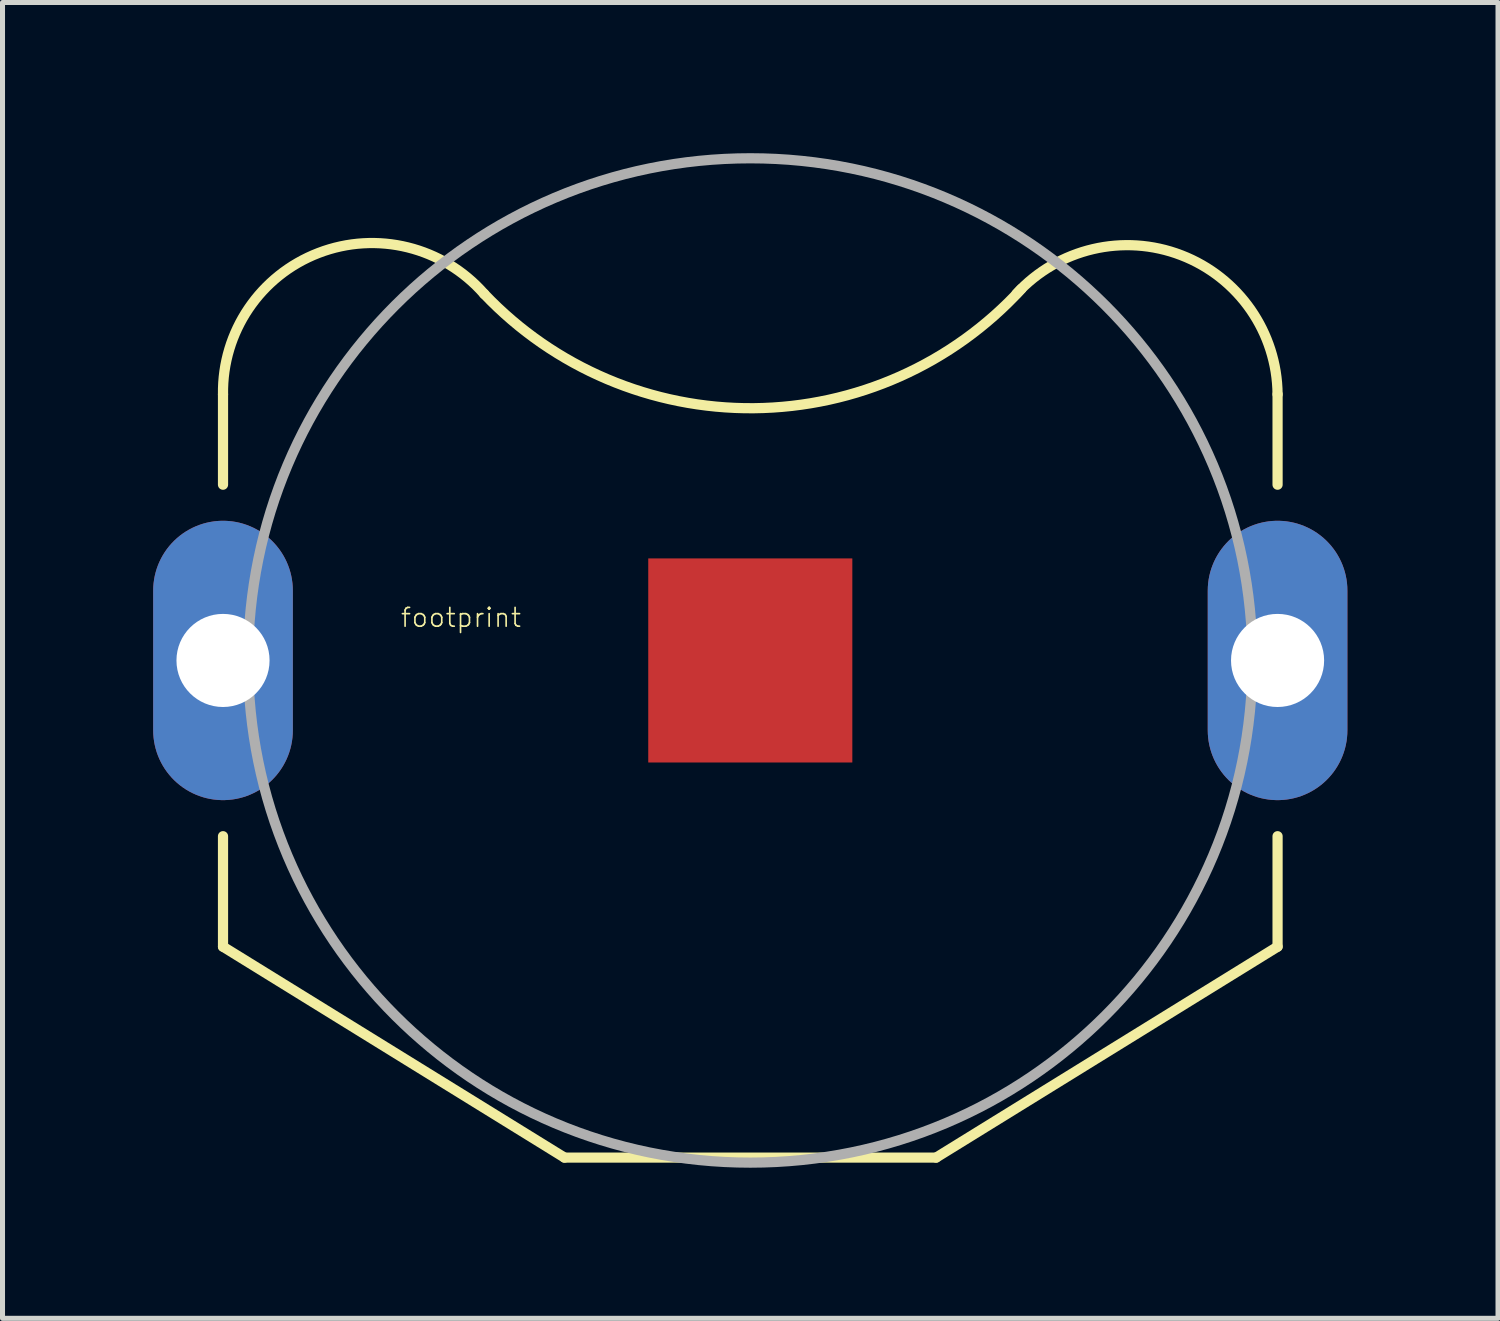
<source format=kicad_pcb>
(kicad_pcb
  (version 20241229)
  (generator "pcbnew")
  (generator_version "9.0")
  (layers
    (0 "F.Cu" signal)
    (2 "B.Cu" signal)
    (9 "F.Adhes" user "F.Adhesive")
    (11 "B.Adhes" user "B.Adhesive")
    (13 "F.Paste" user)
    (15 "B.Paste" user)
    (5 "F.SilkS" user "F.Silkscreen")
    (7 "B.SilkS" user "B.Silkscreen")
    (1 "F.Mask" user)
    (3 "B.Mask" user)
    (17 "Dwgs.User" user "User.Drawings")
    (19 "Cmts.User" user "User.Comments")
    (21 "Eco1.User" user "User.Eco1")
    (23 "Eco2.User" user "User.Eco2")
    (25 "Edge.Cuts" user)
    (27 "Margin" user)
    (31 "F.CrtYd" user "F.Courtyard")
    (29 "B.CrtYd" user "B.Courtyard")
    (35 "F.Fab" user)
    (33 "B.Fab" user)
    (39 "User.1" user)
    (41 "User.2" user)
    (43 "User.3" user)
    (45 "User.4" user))
  (footprint "footprint"
    (layer "F.Cu")
    (at 11.891 10.102)
    (property "Reference" "footprint" (at -6.985 -0.635 0) (layer "F.SilkS") (effects (font (size 0.374 0.374) (thickness 0.033)) (justify left bottom)))
    (fp_line (start -10.5 -5.3) (end -10.5 -3.5) (stroke (width 0.203) (type solid)) (layer "F.SilkS"))
    (fp_line (start -10.5 5.7) (end -10.5 3.5) (stroke (width 0.203) (type solid)) (layer "F.SilkS"))
    (fp_line (start -3.7 9.9) (end -10.5 5.7) (stroke (width 0.203) (type solid)) (layer "F.SilkS"))
    (fp_line (start -3.7 9.9) (end 3.7 9.9) (stroke (width 0.203) (type solid)) (layer "F.SilkS"))
    (fp_line (start 3.7 9.9) (end 10.5 5.7) (stroke (width 0.203) (type solid)) (layer "F.SilkS"))
    (fp_line (start 10.5 -5.3) (end 10.5 -3.5) (stroke (width 0.203) (type solid)) (layer "F.SilkS"))
    (fp_line (start 10.5 5.7) (end 10.5 3.5) (stroke (width 0.203) (type solid)) (layer "F.SilkS"))
    (fp_arc (start -10.500001 -5.299998) (mid -8.597841 -8.114383) (end -5.3 -7.3) (stroke (width 0.2032) (type solid)) (layer "F.SilkS"))
    (fp_arc (start 5.299999 -7.299999) (mid 8.580891 -8.070319) (end 10.5 -5.3) (stroke (width 0.2032) (type solid)) (layer "F.SilkS"))
    (fp_arc (start 5.399999 -7.400001) (mid 0.071749 -5.022878) (end -5.3 -7.3) (stroke (width 0.2032) (type solid)) (layer "F.SilkS"))
    (fp_circle (center 0 0) (end 10 0) (stroke (width 0.203) (type solid)) (fill no) (layer "F.Fab"))
    (pad "1" thru_hole oval (at -10.5 0 90) (size 5.563 2.781) (drill 1.854) (layers "*.Cu" "*.Mask"))
    (pad "2" smd rect (at 0 0) (size 4.064 4.064) (layers "F.Cu" "F.Mask" "F.Paste"))
    (pad "3" thru_hole oval (at 10.5 0 90) (size 5.563 2.781) (drill 1.854) (layers "*.Cu" "*.Mask")))
  (gr_rect
    (start -3 -3)
    (end 26.781 23.203)
    (stroke (width 0.1) (type default))
    (fill no)
    (layer "Edge.Cuts")))
</source>
